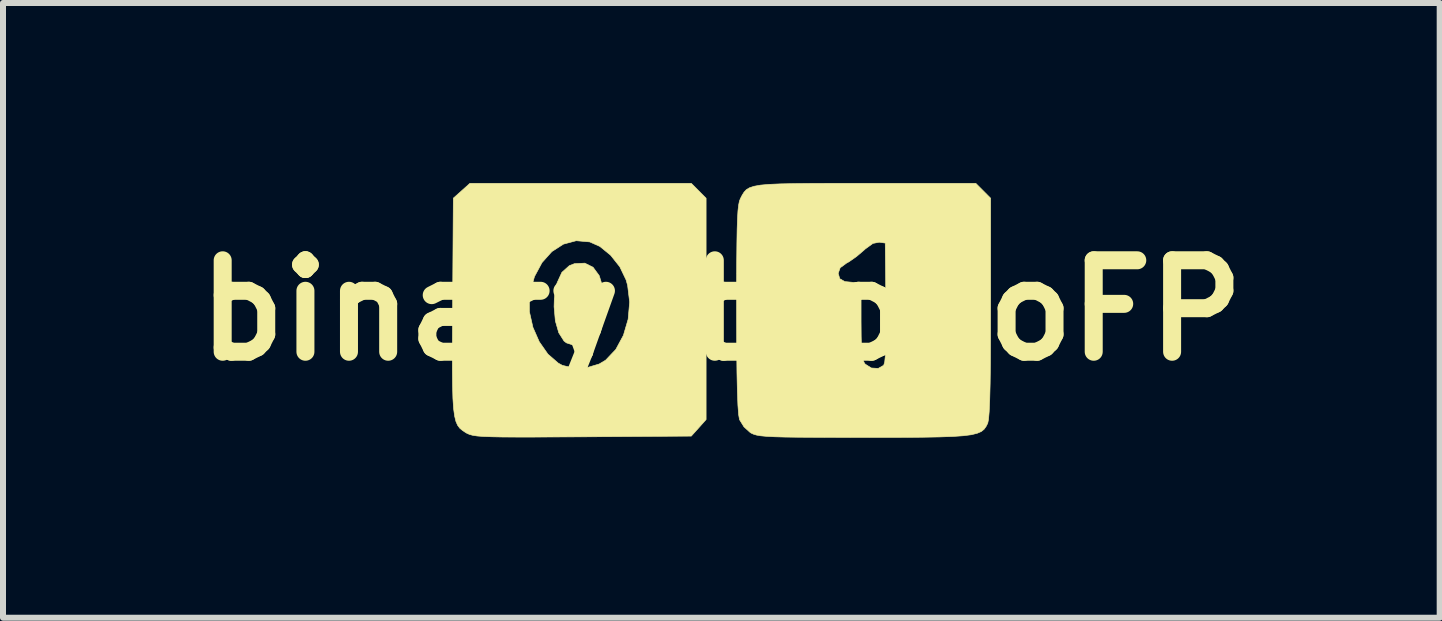
<source format=kicad_pcb>
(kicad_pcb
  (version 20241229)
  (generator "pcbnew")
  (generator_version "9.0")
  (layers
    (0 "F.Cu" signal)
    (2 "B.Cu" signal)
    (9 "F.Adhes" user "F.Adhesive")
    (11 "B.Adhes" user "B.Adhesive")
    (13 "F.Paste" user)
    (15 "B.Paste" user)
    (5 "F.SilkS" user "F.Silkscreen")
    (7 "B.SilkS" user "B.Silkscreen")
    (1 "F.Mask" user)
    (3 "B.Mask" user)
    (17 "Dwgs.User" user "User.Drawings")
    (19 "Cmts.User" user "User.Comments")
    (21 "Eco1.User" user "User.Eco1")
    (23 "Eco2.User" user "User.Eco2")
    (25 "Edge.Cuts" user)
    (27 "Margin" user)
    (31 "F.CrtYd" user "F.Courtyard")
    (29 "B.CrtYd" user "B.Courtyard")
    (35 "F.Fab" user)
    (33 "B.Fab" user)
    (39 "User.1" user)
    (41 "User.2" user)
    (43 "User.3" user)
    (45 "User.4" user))
  (footprint "binarykblogoFP"
    (layer "F.Cu")
    (at 8.97 2.122)
    (property "Reference" "binarykblogoFP" (at 0 0 0) (layer "F.SilkS") (effects (font (size 1.524 1.524) (thickness 0.3))))
    (attr through_hole)
    (fp_poly (pts (xy -2.138 -0.719) (xy -2.035 -0.579) (xy -1.971 -0.372) (xy -1.947 -0.1) (xy -1.947 -0.085) (xy -1.966 0.175) (xy -2.018 0.376) (xy -2.102 0.509) (xy -2.153 0.547) (xy -2.294 0.588) (xy -2.449 0.585) (xy -2.582 0.541) (xy -2.622 0.51) (xy -2.709 0.373) (xy -2.766 0.175) (xy -2.787 -0.061) (xy -2.783 -0.199) (xy -2.74 -0.453) (xy -2.657 -0.634) (xy -2.532 -0.746) (xy -2.446 -0.779) (xy -2.275 -0.787) (xy -2.138 -0.719)) (stroke (width 0.01) (type solid)) (fill yes) (layer "F.SilkS"))
    (fp_poly (pts (xy -2.346 -2.117) (xy -0.501 -2.117) (xy -0.254 -1.869) (xy -0.254 1.819) (xy -0.377 1.957) (xy -0.501 2.095) (xy -2.314 2.107) (xy -2.755 2.109) (xy -3.119 2.111) (xy -3.414 2.111) (xy -3.649 2.11) (xy -3.831 2.106) (xy -3.969 2.101) (xy -4.07 2.093) (xy -4.142 2.082) (xy -4.194 2.068) (xy -4.234 2.051) (xy -4.258 2.038) (xy -4.312 2.002) (xy -4.357 1.965) (xy -4.394 1.916) (xy -4.423 1.85) (xy -4.445 1.759) (xy -4.462 1.634) (xy -4.473 1.467) (xy -4.479 1.253) (xy -4.482 0.981) (xy -4.482 0.646) (xy -4.48 0.238) (xy -4.478 -0.079) (xy -4.477 -0.23) (xy -3.199 -0.23) (xy -3.198 0.024) (xy -3.14 0.282) (xy -3.034 0.523) (xy -2.89 0.729) (xy -2.717 0.879) (xy -2.649 0.916) (xy -2.457 0.963) (xy -2.241 0.954) (xy -2.037 0.894) (xy -1.929 0.83) (xy -1.759 0.651) (xy -1.632 0.416) (xy -1.553 0.147) (xy -1.528 -0.138) (xy -1.562 -0.417) (xy -1.587 -0.507) (xy -1.692 -0.726) (xy -1.845 -0.919) (xy -2.025 -1.066) (xy -2.194 -1.141) (xy -2.418 -1.161) (xy -2.631 -1.104) (xy -2.824 -0.98) (xy -2.988 -0.797) (xy -3.114 -0.563) (xy -3.19 -0.288) (xy -3.199 -0.23) (xy -4.477 -0.23) (xy -4.466 -1.87) (xy -4.328 -1.993) (xy -4.19 -2.117) (xy -2.346 -2.117)) (stroke (width 0.01) (type solid)) (fill yes) (layer "F.SilkS"))
    (fp_poly (pts (xy 2.405 -2.117) (xy 4.24 -2.117) (xy 4.364 -1.993) (xy 4.487 -1.869) (xy 4.487 -0.048) (xy 4.486 0.456) (xy 4.484 0.878) (xy 4.479 1.222) (xy 4.472 1.491) (xy 4.463 1.688) (xy 4.452 1.817) (xy 4.439 1.88) (xy 4.411 1.935) (xy 4.378 1.981) (xy 4.331 2.019) (xy 4.263 2.048) (xy 4.166 2.072) (xy 4.033 2.089) (xy 3.857 2.101) (xy 3.629 2.109) (xy 3.343 2.114) (xy 2.99 2.116) (xy 2.563 2.116) (xy 2.364 2.117) (xy 1.932 2.116) (xy 1.575 2.115) (xy 1.287 2.114) (xy 1.06 2.111) (xy 0.884 2.106) (xy 0.752 2.099) (xy 0.655 2.09) (xy 0.586 2.078) (xy 0.536 2.063) (xy 0.497 2.045) (xy 0.482 2.036) (xy 0.377 1.941) (xy 0.304 1.823) (xy 0.302 1.818) (xy 0.288 1.737) (xy 0.276 1.58) (xy 0.267 1.346) (xy 0.26 1.033) (xy 0.256 0.64) (xy 0.254 0.164) (xy 0.254 -0.03) (xy 0.254 -0.468) (xy 0.255 -0.617) (xy 1.947 -0.617) (xy 1.973 -0.528) (xy 2.057 -0.48) (xy 2.205 -0.466) (xy 2.328 -0.466) (xy 2.328 0.177) (xy 2.33 0.432) (xy 2.335 0.616) (xy 2.345 0.743) (xy 2.361 0.826) (xy 2.384 0.878) (xy 2.398 0.896) (xy 2.5 0.96) (xy 2.614 0.967) (xy 2.705 0.915) (xy 2.722 0.861) (xy 2.734 0.742) (xy 2.741 0.553) (xy 2.744 0.29) (xy 2.743 -0.052) (xy 2.742 -0.132) (xy 2.731 -1.122) (xy 2.63 -1.136) (xy 2.526 -1.116) (xy 2.399 -1.024) (xy 2.376 -1.003) (xy 2.254 -0.899) (xy 2.127 -0.81) (xy 2.085 -0.787) (xy 1.98 -0.71) (xy 1.947 -0.617) (xy 0.255 -0.617) (xy 0.256 -0.829) (xy 0.259 -1.121) (xy 0.263 -1.352) (xy 0.269 -1.529) (xy 0.277 -1.661) (xy 0.288 -1.756) (xy 0.301 -1.82) (xy 0.317 -1.862) (xy 0.348 -1.922) (xy 0.379 -1.971) (xy 0.416 -2.011) (xy 0.469 -2.043) (xy 0.545 -2.068) (xy 0.65 -2.087) (xy 0.794 -2.1) (xy 0.983 -2.108) (xy 1.225 -2.113) (xy 1.528 -2.116) (xy 1.9 -2.117) (xy 2.348 -2.117) (xy 2.405 -2.117)) (stroke (width 0.01) (type solid)) (fill yes) (layer "F.SilkS")))
  (gr_rect
    (start -3 -3)
    (end 20.94 7.243)
    (stroke (width 0.1) (type default))
    (fill no)
    (layer "Edge.Cuts")))
</source>
